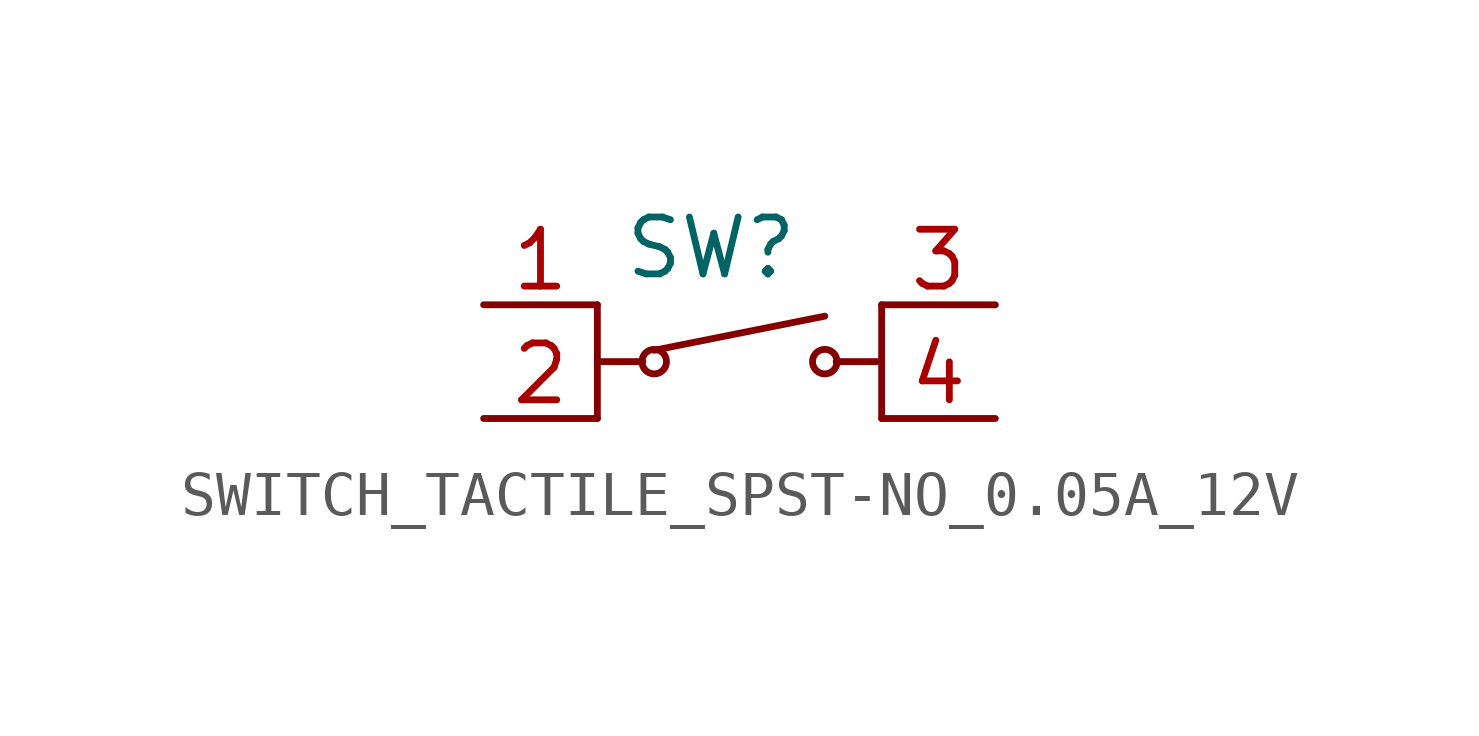
<source format=kicad_sym>
(kicad_symbol_lib
  (version 20211014)
  (generator kicad_symbol_editor)
  (symbol "SWITCH_TACTILE_SPST-NO_0.05A_12V"
    (pin_names hide)
    (property "Reference" "SW"
      (at 0 2.54 0)
      (effects (font (size 1.27 1.27))))
    (symbol "SWITCH_TACTILE_SPST-NO_0.05A_12V_0_0"
      (pin unspecified line (at -5.08 1.27 0) (length 2.54) (name "" (effects (font (size 1.27 1.27)))) (number "1" (effects (font (size 1.27 1.27)))))
      (pin unspecified line (at -5.08 -1.27 0) (length 2.54) (name "" (effects (font (size 1.27 1.27)))) (number "2" (effects (font (size 1.27 1.27)))))
      (pin unspecified line (at 6.35 1.27 180) (length 2.54) (name "" (effects (font (size 1.27 1.27)))) (number "3" (effects (font (size 1.27 1.27)))))
      (pin unspecified line (at 6.35 -1.27 180) (length 2.54) (name "" (effects (font (size 1.27 1.27)))) (number "4" (effects (font (size 1.27 1.27))))))
    (symbol "SWITCH_TACTILE_SPST-NO_0.05A_12V_0_1"
      (circle (center -1.27 0) (radius 0.274) (stroke (width 0) (type default) (color 0 0 0 0)) (fill (type none)))
      (polyline (pts (xy -2.54 -1.27) (xy -2.54 1.27)) (stroke (width 0) (type default) (color 0 0 0 0)) (fill (type none)))
      (polyline (pts (xy -1.524 0) (xy -2.54 0)) (stroke (width 0) (type default) (color 0 0 0 0)) (fill (type none)))
      (polyline (pts (xy -1.27 0.254) (xy 2.54 1.016)) (stroke (width 0) (type default) (color 0 0 0 0)) (fill (type none)))
      (polyline (pts (xy 2.794 0) (xy 3.81 0)) (stroke (width 0) (type default) (color 0 0 0 0)) (fill (type none)))
      (polyline (pts (xy 3.81 -1.27) (xy 3.81 1.27)) (stroke (width 0) (type default) (color 0 0 0 0)) (fill (type none)))
      (circle (center 2.54 0) (radius 0.274) (stroke (width 0) (type default) (color 0 0 0 0)) (fill (type none))))))
</source>
